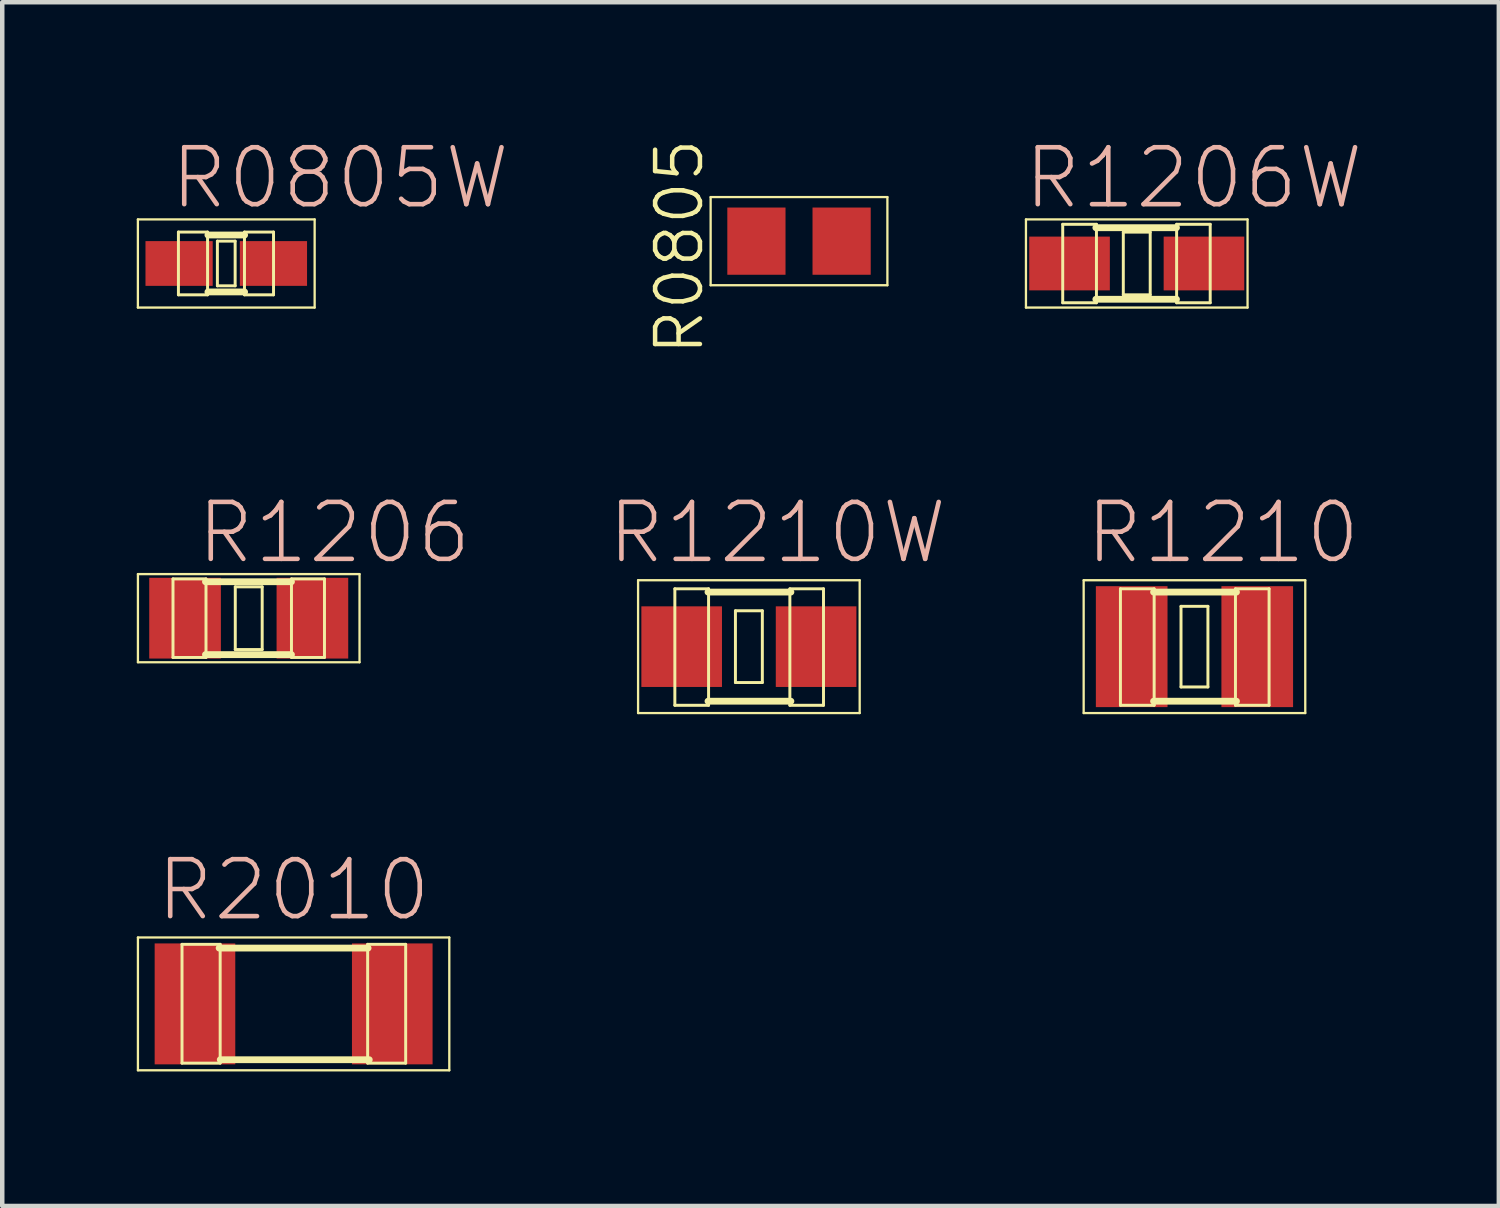
<source format=kicad_pcb>
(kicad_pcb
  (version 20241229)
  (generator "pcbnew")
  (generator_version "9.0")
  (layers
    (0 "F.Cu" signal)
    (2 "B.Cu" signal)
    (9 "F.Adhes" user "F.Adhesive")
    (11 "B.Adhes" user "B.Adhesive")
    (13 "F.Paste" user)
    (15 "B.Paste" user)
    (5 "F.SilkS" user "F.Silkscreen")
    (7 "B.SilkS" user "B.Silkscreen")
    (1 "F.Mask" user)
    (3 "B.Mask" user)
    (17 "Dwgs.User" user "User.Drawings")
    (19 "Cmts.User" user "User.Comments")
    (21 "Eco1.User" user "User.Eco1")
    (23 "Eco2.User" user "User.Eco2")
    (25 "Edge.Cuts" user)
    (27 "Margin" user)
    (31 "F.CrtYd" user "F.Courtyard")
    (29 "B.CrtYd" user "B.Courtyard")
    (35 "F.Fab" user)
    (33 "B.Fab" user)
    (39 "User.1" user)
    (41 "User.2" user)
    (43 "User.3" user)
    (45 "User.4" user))
  (footprint "R1210"
    (layer "F.Cu")
    (at 23.588 11.371)
    (property "Reference" "R1210" (at 0.635 -2.54 0) (layer "B.SilkS") (effects (font (size 1.27 1.27) (thickness 0.102))))
    (attr smd)
    (fp_line (start -2.471 -1.481) (end 2.471 -1.481) (stroke (width 0.051) (type solid)) (layer "F.SilkS"))
    (fp_line (start -2.471 1.481) (end -2.471 -1.481) (stroke (width 0.051) (type solid)) (layer "F.SilkS"))
    (fp_line (start -1.651 -1.29) (end -0.899 -1.29) (stroke (width 0.066) (type solid)) (layer "F.SilkS"))
    (fp_line (start -1.651 1.308) (end -1.651 -1.29) (stroke (width 0.066) (type solid)) (layer "F.SilkS"))
    (fp_line (start -1.651 1.308) (end -0.899 1.308) (stroke (width 0.066) (type solid)) (layer "F.SilkS"))
    (fp_line (start -0.912 -1.217) (end 0.937 -1.217) (stroke (width 0.152) (type solid)) (layer "F.SilkS"))
    (fp_line (start -0.912 1.217) (end 0.937 1.217) (stroke (width 0.152) (type solid)) (layer "F.SilkS"))
    (fp_line (start -0.899 1.308) (end -0.899 -1.29) (stroke (width 0.066) (type solid)) (layer "F.SilkS"))
    (fp_line (start -0.3 -0.899) (end 0.3 -0.899) (stroke (width 0.066) (type solid)) (layer "F.SilkS"))
    (fp_line (start -0.3 0.899) (end -0.3 -0.899) (stroke (width 0.066) (type solid)) (layer "F.SilkS"))
    (fp_line (start -0.3 0.899) (end 0.3 0.899) (stroke (width 0.066) (type solid)) (layer "F.SilkS"))
    (fp_line (start 0.3 0.899) (end 0.3 -0.899) (stroke (width 0.066) (type solid)) (layer "F.SilkS"))
    (fp_line (start 0.914 -1.29) (end 1.664 -1.29) (stroke (width 0.066) (type solid)) (layer "F.SilkS"))
    (fp_line (start 0.914 1.308) (end 0.914 -1.29) (stroke (width 0.066) (type solid)) (layer "F.SilkS"))
    (fp_line (start 0.914 1.308) (end 1.664 1.308) (stroke (width 0.066) (type solid)) (layer "F.SilkS"))
    (fp_line (start 1.664 1.308) (end 1.664 -1.29) (stroke (width 0.066) (type solid)) (layer "F.SilkS"))
    (fp_line (start 2.471 -1.481) (end 2.471 1.481) (stroke (width 0.051) (type solid)) (layer "F.SilkS"))
    (fp_line (start 2.471 1.481) (end -2.471 1.481) (stroke (width 0.051) (type solid)) (layer "F.SilkS"))
    (pad "1" smd rect (at -1.4 0) (size 1.598 2.697) (layers "F.Cu" "F.Mask" "F.Paste"))
    (pad "2" smd rect (at 1.4 0) (size 1.598 2.697) (layers "F.Cu" "F.Mask" "F.Paste")))
  (footprint "R0805"
    (layer "F.Cu")
    (at 14.769 2.328)
    (property "Reference" "R0805" (at -2.667 0.127 90) (layer "F.SilkS") (effects (font (size 1 1) (thickness 0.1))))
    (attr smd)
    (fp_line (start -1.971 -0.983) (end 1.971 -0.983) (stroke (width 0.051) (type solid)) (layer "F.SilkS"))
    (fp_line (start -1.971 0.983) (end -1.971 -0.983) (stroke (width 0.051) (type solid)) (layer "F.SilkS"))
    (fp_line (start 1.971 -0.983) (end 1.971 0.983) (stroke (width 0.051) (type solid)) (layer "F.SilkS"))
    (fp_line (start 1.971 0.983) (end -1.971 0.983) (stroke (width 0.051) (type solid)) (layer "F.SilkS"))
    (pad "1" smd rect (at -0.95 0) (size 1.298 1.499) (layers "F.Cu" "F.Mask" "F.Paste"))
    (pad "2" smd rect (at 0.95 0) (size 1.298 1.499) (layers "F.Cu" "F.Mask" "F.Paste")))
  (footprint "R1206"
    (layer "F.Cu")
    (at 2.497 10.736)
    (property "Reference" "R1206" (at 1.905 -1.905 0) (layer "B.SilkS") (effects (font (size 1.27 1.27) (thickness 0.102))))
    (attr smd)
    (fp_line (start -2.471 -0.983) (end 2.471 -0.983) (stroke (width 0.051) (type solid)) (layer "F.SilkS"))
    (fp_line (start -2.471 0.983) (end -2.471 -0.983) (stroke (width 0.051) (type solid)) (layer "F.SilkS"))
    (fp_line (start -1.689 -0.876) (end -0.953 -0.876) (stroke (width 0.066) (type solid)) (layer "F.SilkS"))
    (fp_line (start -1.689 0.876) (end -1.689 -0.876) (stroke (width 0.066) (type solid)) (layer "F.SilkS"))
    (fp_line (start -1.689 0.876) (end -0.953 0.876) (stroke (width 0.066) (type solid)) (layer "F.SilkS"))
    (fp_line (start -0.953 0.876) (end -0.953 -0.876) (stroke (width 0.066) (type solid)) (layer "F.SilkS"))
    (fp_line (start -0.3 -0.699) (end 0.3 -0.699) (stroke (width 0.066) (type solid)) (layer "F.SilkS"))
    (fp_line (start -0.3 0.699) (end -0.3 -0.699) (stroke (width 0.066) (type solid)) (layer "F.SilkS"))
    (fp_line (start -0.3 0.699) (end 0.3 0.699) (stroke (width 0.066) (type solid)) (layer "F.SilkS"))
    (fp_line (start 0.3 0.699) (end 0.3 -0.699) (stroke (width 0.066) (type solid)) (layer "F.SilkS"))
    (fp_line (start 0.953 -0.876) (end 1.689 -0.876) (stroke (width 0.066) (type solid)) (layer "F.SilkS"))
    (fp_line (start 0.953 -0.813) (end -0.965 -0.813) (stroke (width 0.152) (type solid)) (layer "F.SilkS"))
    (fp_line (start 0.953 0.813) (end -0.965 0.813) (stroke (width 0.152) (type solid)) (layer "F.SilkS"))
    (fp_line (start 0.953 0.876) (end 0.953 -0.876) (stroke (width 0.066) (type solid)) (layer "F.SilkS"))
    (fp_line (start 0.953 0.876) (end 1.689 0.876) (stroke (width 0.066) (type solid)) (layer "F.SilkS"))
    (fp_line (start 1.689 0.876) (end 1.689 -0.876) (stroke (width 0.066) (type solid)) (layer "F.SilkS"))
    (fp_line (start 2.471 -0.983) (end 2.471 0.983) (stroke (width 0.051) (type solid)) (layer "F.SilkS"))
    (fp_line (start 2.471 0.983) (end -2.471 0.983) (stroke (width 0.051) (type solid)) (layer "F.SilkS"))
    (pad "1" smd rect (at -1.42 0) (size 1.598 1.801) (layers "F.Cu" "F.Mask" "F.Paste"))
    (pad "2" smd rect (at 1.42 0) (size 1.598 1.801) (layers "F.Cu" "F.Mask" "F.Paste")))
  (footprint "R1210W"
    (layer "F.Cu")
    (at 13.651 11.371)
    (property "Reference" "R1210W" (at 0.635 -2.54 0) (layer "B.SilkS") (effects (font (size 1.27 1.27) (thickness 0.102))))
    (attr smd)
    (fp_line (start -2.471 -1.481) (end 2.471 -1.481) (stroke (width 0.051) (type solid)) (layer "F.SilkS"))
    (fp_line (start -2.471 1.481) (end -2.471 -1.481) (stroke (width 0.051) (type solid)) (layer "F.SilkS"))
    (fp_line (start -1.651 -1.29) (end -0.899 -1.29) (stroke (width 0.066) (type solid)) (layer "F.SilkS"))
    (fp_line (start -1.651 1.308) (end -1.651 -1.29) (stroke (width 0.066) (type solid)) (layer "F.SilkS"))
    (fp_line (start -1.651 1.308) (end -0.899 1.308) (stroke (width 0.066) (type solid)) (layer "F.SilkS"))
    (fp_line (start -0.912 -1.217) (end 0.937 -1.217) (stroke (width 0.152) (type solid)) (layer "F.SilkS"))
    (fp_line (start -0.912 1.217) (end 0.937 1.217) (stroke (width 0.152) (type solid)) (layer "F.SilkS"))
    (fp_line (start -0.899 1.308) (end -0.899 -1.29) (stroke (width 0.066) (type solid)) (layer "F.SilkS"))
    (fp_line (start -0.3 -0.8) (end 0.3 -0.8) (stroke (width 0.066) (type solid)) (layer "F.SilkS"))
    (fp_line (start -0.3 0.8) (end -0.3 -0.8) (stroke (width 0.066) (type solid)) (layer "F.SilkS"))
    (fp_line (start -0.3 0.8) (end 0.3 0.8) (stroke (width 0.066) (type solid)) (layer "F.SilkS"))
    (fp_line (start 0.3 0.8) (end 0.3 -0.8) (stroke (width 0.066) (type solid)) (layer "F.SilkS"))
    (fp_line (start 0.914 -1.29) (end 1.664 -1.29) (stroke (width 0.066) (type solid)) (layer "F.SilkS"))
    (fp_line (start 0.914 1.308) (end 0.914 -1.29) (stroke (width 0.066) (type solid)) (layer "F.SilkS"))
    (fp_line (start 0.914 1.308) (end 1.664 1.308) (stroke (width 0.066) (type solid)) (layer "F.SilkS"))
    (fp_line (start 1.664 1.308) (end 1.664 -1.29) (stroke (width 0.066) (type solid)) (layer "F.SilkS"))
    (fp_line (start 2.471 -1.481) (end 2.471 1.481) (stroke (width 0.051) (type solid)) (layer "F.SilkS"))
    (fp_line (start 2.471 1.481) (end -2.471 1.481) (stroke (width 0.051) (type solid)) (layer "F.SilkS"))
    (pad "1" smd rect (at -1.499 0) (size 1.798 1.798) (layers "F.Cu" "F.Mask" "F.Paste"))
    (pad "2" smd rect (at 1.499 0) (size 1.798 1.798) (layers "F.Cu" "F.Mask" "F.Paste")))
  (footprint "R2010"
    (layer "F.Cu")
    (at 3.498 19.338)
    (property "Reference" "R2010" (at 0 -2.54 0) (layer "B.SilkS") (effects (font (size 1.27 1.27) (thickness 0.102))))
    (attr smd)
    (fp_line (start -3.472 -1.481) (end 3.472 -1.481) (stroke (width 0.051) (type solid)) (layer "F.SilkS"))
    (fp_line (start -3.472 1.481) (end -3.472 -1.481) (stroke (width 0.051) (type solid)) (layer "F.SilkS"))
    (fp_line (start -2.489 -1.328) (end -1.638 -1.328) (stroke (width 0.066) (type solid)) (layer "F.SilkS"))
    (fp_line (start -2.489 1.321) (end -2.489 -1.328) (stroke (width 0.066) (type solid)) (layer "F.SilkS"))
    (fp_line (start -2.489 1.321) (end -1.638 1.321) (stroke (width 0.066) (type solid)) (layer "F.SilkS"))
    (fp_line (start -1.661 -1.245) (end 1.661 -1.245) (stroke (width 0.152) (type solid)) (layer "F.SilkS"))
    (fp_line (start -1.638 1.321) (end -1.638 -1.328) (stroke (width 0.066) (type solid)) (layer "F.SilkS"))
    (fp_line (start -1.636 1.245) (end 1.687 1.245) (stroke (width 0.152) (type solid)) (layer "F.SilkS"))
    (fp_line (start 1.651 -1.328) (end 2.499 -1.328) (stroke (width 0.066) (type solid)) (layer "F.SilkS"))
    (fp_line (start 1.651 1.321) (end 1.651 -1.328) (stroke (width 0.066) (type solid)) (layer "F.SilkS"))
    (fp_line (start 1.651 1.321) (end 2.499 1.321) (stroke (width 0.066) (type solid)) (layer "F.SilkS"))
    (fp_line (start 2.499 1.321) (end 2.499 -1.328) (stroke (width 0.066) (type solid)) (layer "F.SilkS"))
    (fp_line (start 3.472 -1.481) (end 3.472 1.481) (stroke (width 0.051) (type solid)) (layer "F.SilkS"))
    (fp_line (start 3.472 1.481) (end -3.472 1.481) (stroke (width 0.051) (type solid)) (layer "F.SilkS"))
    (pad "1" smd rect (at -2.2 0) (size 1.798 2.697) (layers "F.Cu" "F.Mask" "F.Paste"))
    (pad "2" smd rect (at 2.2 0) (size 1.798 2.697) (layers "F.Cu" "F.Mask" "F.Paste")))
  (footprint "R0805W"
    (layer "F.Cu")
    (at 1.996 2.826)
    (property "Reference" "R0805W" (at 2.54 -1.905 0) (layer "B.SilkS") (effects (font (size 1.27 1.27) (thickness 0.102))))
    (attr smd)
    (fp_line (start -1.971 -0.983) (end 1.971 -0.983) (stroke (width 0.051) (type solid)) (layer "F.SilkS"))
    (fp_line (start -1.971 0.983) (end -1.971 -0.983) (stroke (width 0.051) (type solid)) (layer "F.SilkS"))
    (fp_line (start -1.067 -0.701) (end -0.417 -0.701) (stroke (width 0.066) (type solid)) (layer "F.SilkS"))
    (fp_line (start -1.067 0.699) (end -1.067 -0.701) (stroke (width 0.066) (type solid)) (layer "F.SilkS"))
    (fp_line (start -1.067 0.699) (end -0.417 0.699) (stroke (width 0.066) (type solid)) (layer "F.SilkS"))
    (fp_line (start -0.417 0.699) (end -0.417 -0.701) (stroke (width 0.066) (type solid)) (layer "F.SilkS"))
    (fp_line (start -0.409 -0.635) (end 0.409 -0.635) (stroke (width 0.152) (type solid)) (layer "F.SilkS"))
    (fp_line (start -0.409 0.635) (end 0.409 0.635) (stroke (width 0.152) (type solid)) (layer "F.SilkS"))
    (fp_line (start -0.198 -0.498) (end 0.198 -0.498) (stroke (width 0.066) (type solid)) (layer "F.SilkS"))
    (fp_line (start -0.198 0.498) (end -0.198 -0.498) (stroke (width 0.066) (type solid)) (layer "F.SilkS"))
    (fp_line (start -0.198 0.498) (end 0.198 0.498) (stroke (width 0.066) (type solid)) (layer "F.SilkS"))
    (fp_line (start 0.198 0.498) (end 0.198 -0.498) (stroke (width 0.066) (type solid)) (layer "F.SilkS"))
    (fp_line (start 0.406 -0.701) (end 1.054 -0.701) (stroke (width 0.066) (type solid)) (layer "F.SilkS"))
    (fp_line (start 0.406 0.699) (end 0.406 -0.701) (stroke (width 0.066) (type solid)) (layer "F.SilkS"))
    (fp_line (start 0.406 0.699) (end 1.054 0.699) (stroke (width 0.066) (type solid)) (layer "F.SilkS"))
    (fp_line (start 1.054 0.699) (end 1.054 -0.701) (stroke (width 0.066) (type solid)) (layer "F.SilkS"))
    (fp_line (start 1.971 -0.983) (end 1.971 0.983) (stroke (width 0.051) (type solid)) (layer "F.SilkS"))
    (fp_line (start 1.971 0.983) (end -1.971 0.983) (stroke (width 0.051) (type solid)) (layer "F.SilkS"))
    (pad "1" smd rect (at -1.052 0) (size 1.499 0.998) (layers "F.Cu" "F.Mask" "F.Paste"))
    (pad "2" smd rect (at 1.052 0) (size 1.499 0.998) (layers "F.Cu" "F.Mask" "F.Paste")))
  (footprint "R1206W"
    (layer "F.Cu")
    (at 22.301 2.826)
    (property "Reference" "R1206W" (at 1.27 -1.905 0) (layer "B.SilkS") (effects (font (size 1.27 1.27) (thickness 0.102))))
    (attr smd)
    (fp_line (start -2.471 -0.983) (end 2.471 -0.983) (stroke (width 0.051) (type solid)) (layer "F.SilkS"))
    (fp_line (start -2.471 0.983) (end -2.471 -0.983) (stroke (width 0.051) (type solid)) (layer "F.SilkS"))
    (fp_line (start -1.651 -0.874) (end -0.899 -0.874) (stroke (width 0.066) (type solid)) (layer "F.SilkS"))
    (fp_line (start -1.651 0.876) (end -1.651 -0.874) (stroke (width 0.066) (type solid)) (layer "F.SilkS"))
    (fp_line (start -1.651 0.876) (end -0.899 0.876) (stroke (width 0.066) (type solid)) (layer "F.SilkS"))
    (fp_line (start -0.912 -0.798) (end 0.886 -0.798) (stroke (width 0.152) (type solid)) (layer "F.SilkS"))
    (fp_line (start -0.912 0.798) (end 0.886 0.798) (stroke (width 0.152) (type solid)) (layer "F.SilkS"))
    (fp_line (start -0.899 0.876) (end -0.899 -0.874) (stroke (width 0.066) (type solid)) (layer "F.SilkS"))
    (fp_line (start -0.3 -0.699) (end 0.3 -0.699) (stroke (width 0.066) (type solid)) (layer "F.SilkS"))
    (fp_line (start -0.3 0.699) (end -0.3 -0.699) (stroke (width 0.066) (type solid)) (layer "F.SilkS"))
    (fp_line (start -0.3 0.699) (end 0.3 0.699) (stroke (width 0.066) (type solid)) (layer "F.SilkS"))
    (fp_line (start 0.3 0.699) (end 0.3 -0.699) (stroke (width 0.066) (type solid)) (layer "F.SilkS"))
    (fp_line (start 0.889 -0.874) (end 1.638 -0.874) (stroke (width 0.066) (type solid)) (layer "F.SilkS"))
    (fp_line (start 0.889 0.876) (end 0.889 -0.874) (stroke (width 0.066) (type solid)) (layer "F.SilkS"))
    (fp_line (start 0.889 0.876) (end 1.638 0.876) (stroke (width 0.066) (type solid)) (layer "F.SilkS"))
    (fp_line (start 1.638 0.876) (end 1.638 -0.874) (stroke (width 0.066) (type solid)) (layer "F.SilkS"))
    (fp_line (start 2.471 -0.983) (end 2.471 0.983) (stroke (width 0.051) (type solid)) (layer "F.SilkS"))
    (fp_line (start 2.471 0.983) (end -2.471 0.983) (stroke (width 0.051) (type solid)) (layer "F.SilkS"))
    (pad "1" smd rect (at -1.499 0) (size 1.798 1.199) (layers "F.Cu" "F.Mask" "F.Paste"))
    (pad "2" smd rect (at 1.499 0) (size 1.798 1.199) (layers "F.Cu" "F.Mask" "F.Paste")))
  (gr_rect
    (start -3 -3)
    (end 30.376 23.844)
    (stroke (width 0.1) (type default))
    (fill no)
    (layer "Edge.Cuts")))
</source>
